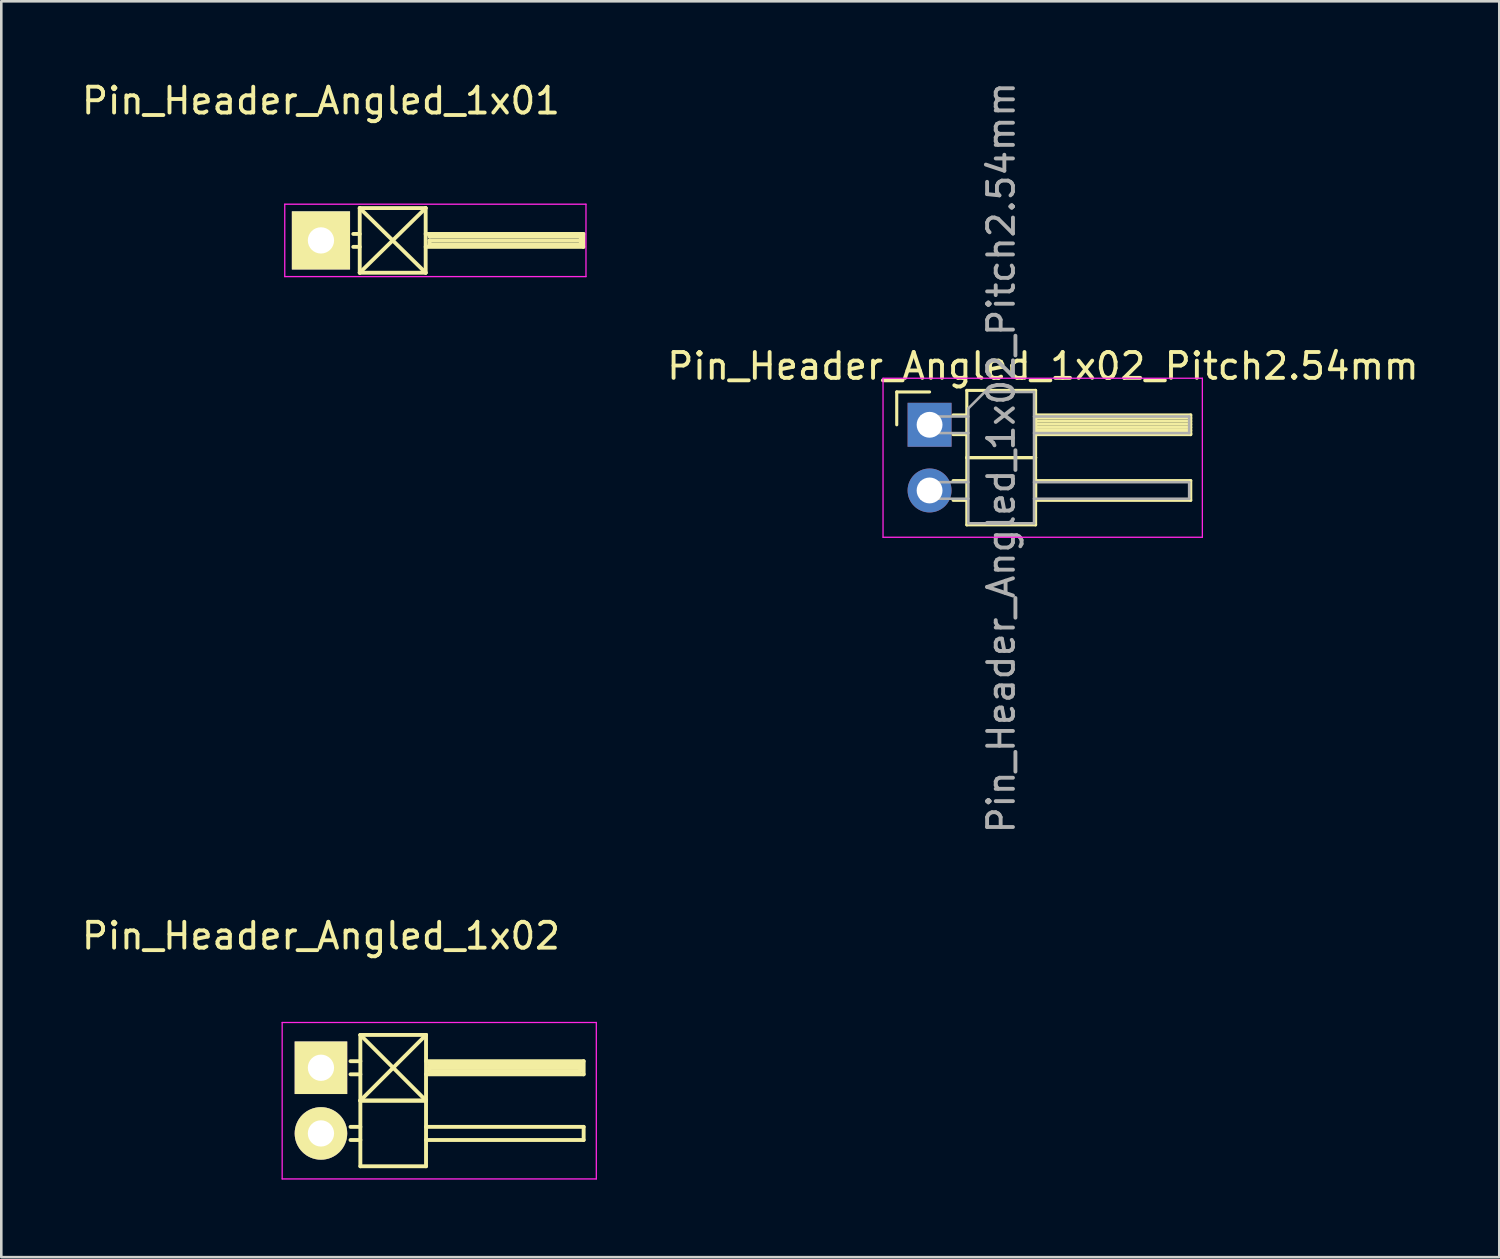
<source format=kicad_pcb>
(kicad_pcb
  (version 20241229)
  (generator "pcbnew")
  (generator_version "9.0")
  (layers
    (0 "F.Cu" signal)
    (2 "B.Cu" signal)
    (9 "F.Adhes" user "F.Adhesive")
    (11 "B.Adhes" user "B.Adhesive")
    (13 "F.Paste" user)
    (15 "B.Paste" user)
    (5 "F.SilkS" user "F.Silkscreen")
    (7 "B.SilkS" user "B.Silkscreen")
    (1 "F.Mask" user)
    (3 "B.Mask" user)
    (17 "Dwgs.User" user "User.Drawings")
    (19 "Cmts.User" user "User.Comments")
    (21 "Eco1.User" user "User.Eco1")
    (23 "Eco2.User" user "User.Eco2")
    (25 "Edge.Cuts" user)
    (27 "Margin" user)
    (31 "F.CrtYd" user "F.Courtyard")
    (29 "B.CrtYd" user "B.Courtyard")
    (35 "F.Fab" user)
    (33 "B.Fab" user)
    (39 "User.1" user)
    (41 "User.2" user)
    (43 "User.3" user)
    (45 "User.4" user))
  (footprint "Pin_Header_Angled_1x02"
    (layer "F.Cu")
    (at 9.363 38.246)
    (property "Reference" "Pin_Header_Angled_1x02" (at 0 -5.1 0) (layer "F.SilkS") (effects (font (size 1 1) (thickness 0.15))))
    (attr through_hole)
    (fp_line (start 1.524 -1.27) (end 1.524 1.27) (stroke (width 0.15) (type solid)) (layer "F.SilkS"))
    (fp_line (start 1.524 -1.27) (end 4.064 -1.27) (stroke (width 0.15) (type solid)) (layer "F.SilkS"))
    (fp_line (start 1.524 -0.254) (end 1.143 -0.254) (stroke (width 0.15) (type solid)) (layer "F.SilkS"))
    (fp_line (start 1.524 0.254) (end 1.143 0.254) (stroke (width 0.15) (type solid)) (layer "F.SilkS"))
    (fp_line (start 1.524 1.27) (end 1.524 3.81) (stroke (width 0.15) (type solid)) (layer "F.SilkS"))
    (fp_line (start 1.524 1.27) (end 4.064 1.27) (stroke (width 0.15) (type solid)) (layer "F.SilkS"))
    (fp_line (start 1.524 1.27) (end 4.064 1.27) (stroke (width 0.15) (type solid)) (layer "F.SilkS"))
    (fp_line (start 1.524 2.286) (end 1.143 2.286) (stroke (width 0.15) (type solid)) (layer "F.SilkS"))
    (fp_line (start 1.524 2.794) (end 1.143 2.794) (stroke (width 0.15) (type solid)) (layer "F.SilkS"))
    (fp_line (start 1.524 3.81) (end 4.064 3.81) (stroke (width 0.15) (type solid)) (layer "F.SilkS"))
    (fp_line (start 4.064 -1.27) (end 1.524 1.27) (stroke (width 0.15) (type solid)) (layer "F.SilkS"))
    (fp_line (start 4.064 -0.254) (end 10.16 -0.254) (stroke (width 0.15) (type solid)) (layer "F.SilkS"))
    (fp_line (start 4.064 1.27) (end 1.524 -1.27) (stroke (width 0.15) (type solid)) (layer "F.SilkS"))
    (fp_line (start 4.064 1.27) (end 4.064 -1.27) (stroke (width 0.15) (type solid)) (layer "F.SilkS"))
    (fp_line (start 4.064 2.286) (end 10.16 2.286) (stroke (width 0.15) (type solid)) (layer "F.SilkS"))
    (fp_line (start 4.064 3.81) (end 4.064 1.27) (stroke (width 0.15) (type solid)) (layer "F.SilkS"))
    (fp_line (start 4.191 -0.127) (end 10.033 -0.127) (stroke (width 0.15) (type solid)) (layer "F.SilkS"))
    (fp_line (start 4.191 0) (end 10.033 0) (stroke (width 0.15) (type solid)) (layer "F.SilkS"))
    (fp_line (start 4.191 0.127) (end 4.191 0) (stroke (width 0.15) (type solid)) (layer "F.SilkS"))
    (fp_line (start 10.033 -0.127) (end 10.033 0.127) (stroke (width 0.15) (type solid)) (layer "F.SilkS"))
    (fp_line (start 10.033 0.127) (end 4.191 0.127) (stroke (width 0.15) (type solid)) (layer "F.SilkS"))
    (fp_line (start 10.16 -0.254) (end 10.16 0.254) (stroke (width 0.15) (type solid)) (layer "F.SilkS"))
    (fp_line (start 10.16 0.254) (end 4.064 0.254) (stroke (width 0.15) (type solid)) (layer "F.SilkS"))
    (fp_line (start 10.16 2.286) (end 10.16 2.794) (stroke (width 0.15) (type solid)) (layer "F.SilkS"))
    (fp_line (start 10.16 2.794) (end 4.064 2.794) (stroke (width 0.15) (type solid)) (layer "F.SilkS"))
    (fp_line (start -1.5 -1.75) (end -1.5 4.3) (stroke (width 0.05) (type solid)) (layer "F.CrtYd"))
    (fp_line (start -1.5 -1.75) (end 10.65 -1.75) (stroke (width 0.05) (type solid)) (layer "F.CrtYd"))
    (fp_line (start -1.5 4.3) (end 10.65 4.3) (stroke (width 0.05) (type solid)) (layer "F.CrtYd"))
    (fp_line (start 10.65 -1.75) (end 10.65 4.3) (stroke (width 0.05) (type solid)) (layer "F.CrtYd"))
    (pad "1" thru_hole rect (at 0 0) (size 2.032 2.032) (drill 1.016) (layers "*.Cu" "*.Mask" "F.SilkS"))
    (pad "2" thru_hole oval (at 0 2.54) (size 2.032 2.032) (drill 1.016) (layers "*.Cu" "*.Mask" "F.SilkS")))
  (footprint "Pin_Header_Angled_1x01"
    (layer "F.Cu")
    (at 9.363 6.248)
    (property "Reference" "Pin_Header_Angled_1x01" (at 0 -5.4 0) (layer "F.SilkS") (effects (font (size 1 1) (thickness 0.15))))
    (attr through_hole)
    (fp_line (start 1.5 -1.25) (end 1.5 1.25) (stroke (width 0.15) (type solid)) (layer "F.SilkS"))
    (fp_line (start 1.5 -1.25) (end 4.05 -1.25) (stroke (width 0.15) (type solid)) (layer "F.SilkS"))
    (fp_line (start 1.5 -0.25) (end 1.25 -0.25) (stroke (width 0.15) (type solid)) (layer "F.SilkS"))
    (fp_line (start 1.5 0.25) (end 1.25 0.25) (stroke (width 0.15) (type solid)) (layer "F.SilkS"))
    (fp_line (start 1.5 1.25) (end 4.05 1.25) (stroke (width 0.15) (type solid)) (layer "F.SilkS"))
    (fp_line (start 4.05 -1.25) (end 1.5 1.25) (stroke (width 0.15) (type solid)) (layer "F.SilkS"))
    (fp_line (start 4.05 -0.25) (end 10.15 -0.25) (stroke (width 0.15) (type solid)) (layer "F.SilkS"))
    (fp_line (start 4.05 1.25) (end 1.5 -1.25) (stroke (width 0.15) (type solid)) (layer "F.SilkS"))
    (fp_line (start 4.05 1.25) (end 4.05 -1.25) (stroke (width 0.15) (type solid)) (layer "F.SilkS"))
    (fp_line (start 4.2 -0.15) (end 10.05 -0.15) (stroke (width 0.15) (type solid)) (layer "F.SilkS"))
    (fp_line (start 4.2 0) (end 10.05 0) (stroke (width 0.15) (type solid)) (layer "F.SilkS"))
    (fp_line (start 4.2 0.15) (end 4.2 0) (stroke (width 0.15) (type solid)) (layer "F.SilkS"))
    (fp_line (start 10.05 -0.15) (end 10.05 0.15) (stroke (width 0.15) (type solid)) (layer "F.SilkS"))
    (fp_line (start 10.05 0.15) (end 4.2 0.15) (stroke (width 0.15) (type solid)) (layer "F.SilkS"))
    (fp_line (start 10.15 -0.25) (end 10.15 0.25) (stroke (width 0.15) (type solid)) (layer "F.SilkS"))
    (fp_line (start 10.15 0.25) (end 4.05 0.25) (stroke (width 0.15) (type solid)) (layer "F.SilkS"))
    (fp_line (start -1.4 -1.4) (end -1.4 1.4) (stroke (width 0.05) (type solid)) (layer "F.CrtYd"))
    (fp_line (start -1.4 -1.4) (end 10.25 -1.4) (stroke (width 0.05) (type solid)) (layer "F.CrtYd"))
    (fp_line (start -1.4 1.4) (end 10.25 1.4) (stroke (width 0.05) (type solid)) (layer "F.CrtYd"))
    (fp_line (start 10.25 -1.4) (end 10.25 1.4) (stroke (width 0.05) (type solid)) (layer "F.CrtYd"))
    (pad "1" thru_hole rect (at 0 0) (size 2.25 2.25) (drill 1.016) (layers "*.Cu" "*.Mask" "F.SilkS")))
  (footprint "Pin_Header_Angled_1x02_Pitch2.54mm"
    (layer "F.Cu")
    (at 32.902 13.379)
    (property "Reference" "Pin_Header_Angled_1x02_Pitch2.54mm" (at 4.385 -2.27 0) (layer "F.SilkS") (effects (font (size 1 1) (thickness 0.15))))
    (attr through_hole)
    (fp_line (start -1.27 -1.27) (end 0 -1.27) (stroke (width 0.12) (type solid)) (layer "F.SilkS"))
    (fp_line (start -1.27 0) (end -1.27 -1.27) (stroke (width 0.12) (type solid)) (layer "F.SilkS"))
    (fp_line (start 0.91 -0.38) (end 1.44 -0.38) (stroke (width 0.12) (type solid)) (layer "F.SilkS"))
    (fp_line (start 0.91 0.38) (end 1.44 0.38) (stroke (width 0.12) (type solid)) (layer "F.SilkS"))
    (fp_line (start 0.91 2.16) (end 1.44 2.16) (stroke (width 0.12) (type solid)) (layer "F.SilkS"))
    (fp_line (start 0.91 2.92) (end 1.44 2.92) (stroke (width 0.12) (type solid)) (layer "F.SilkS"))
    (fp_line (start 1.44 -1.33) (end 1.44 1.27) (stroke (width 0.12) (type solid)) (layer "F.SilkS"))
    (fp_line (start 1.44 1.27) (end 1.44 3.87) (stroke (width 0.12) (type solid)) (layer "F.SilkS"))
    (fp_line (start 1.44 1.27) (end 4.1 1.27) (stroke (width 0.12) (type solid)) (layer "F.SilkS"))
    (fp_line (start 1.44 3.87) (end 4.1 3.87) (stroke (width 0.12) (type solid)) (layer "F.SilkS"))
    (fp_line (start 4.1 -1.33) (end 1.44 -1.33) (stroke (width 0.12) (type solid)) (layer "F.SilkS"))
    (fp_line (start 4.1 -0.38) (end 4.1 0.38) (stroke (width 0.12) (type solid)) (layer "F.SilkS"))
    (fp_line (start 4.1 -0.26) (end 10.1 -0.26) (stroke (width 0.12) (type solid)) (layer "F.SilkS"))
    (fp_line (start 4.1 -0.14) (end 10.1 -0.14) (stroke (width 0.12) (type solid)) (layer "F.SilkS"))
    (fp_line (start 4.1 -0.02) (end 10.1 -0.02) (stroke (width 0.12) (type solid)) (layer "F.SilkS"))
    (fp_line (start 4.1 0.1) (end 10.1 0.1) (stroke (width 0.12) (type solid)) (layer "F.SilkS"))
    (fp_line (start 4.1 0.22) (end 10.1 0.22) (stroke (width 0.12) (type solid)) (layer "F.SilkS"))
    (fp_line (start 4.1 0.34) (end 10.1 0.34) (stroke (width 0.12) (type solid)) (layer "F.SilkS"))
    (fp_line (start 4.1 0.38) (end 10.1 0.38) (stroke (width 0.12) (type solid)) (layer "F.SilkS"))
    (fp_line (start 4.1 1.27) (end 1.44 1.27) (stroke (width 0.12) (type solid)) (layer "F.SilkS"))
    (fp_line (start 4.1 1.27) (end 4.1 -1.33) (stroke (width 0.12) (type solid)) (layer "F.SilkS"))
    (fp_line (start 4.1 2.16) (end 4.1 2.92) (stroke (width 0.12) (type solid)) (layer "F.SilkS"))
    (fp_line (start 4.1 2.92) (end 10.1 2.92) (stroke (width 0.12) (type solid)) (layer "F.SilkS"))
    (fp_line (start 4.1 3.87) (end 4.1 1.27) (stroke (width 0.12) (type solid)) (layer "F.SilkS"))
    (fp_line (start 10.1 -0.38) (end 4.1 -0.38) (stroke (width 0.12) (type solid)) (layer "F.SilkS"))
    (fp_line (start 10.1 0.38) (end 10.1 -0.38) (stroke (width 0.12) (type solid)) (layer "F.SilkS"))
    (fp_line (start 10.1 2.16) (end 4.1 2.16) (stroke (width 0.12) (type solid)) (layer "F.SilkS"))
    (fp_line (start 10.1 2.92) (end 10.1 2.16) (stroke (width 0.12) (type solid)) (layer "F.SilkS"))
    (fp_line (start -1.8 -1.8) (end -1.8 4.35) (stroke (width 0.05) (type solid)) (layer "F.CrtYd"))
    (fp_line (start -1.8 4.35) (end 10.55 4.35) (stroke (width 0.05) (type solid)) (layer "F.CrtYd"))
    (fp_line (start 10.55 -1.8) (end -1.8 -1.8) (stroke (width 0.05) (type solid)) (layer "F.CrtYd"))
    (fp_line (start 10.55 4.35) (end 10.55 -1.8) (stroke (width 0.05) (type solid)) (layer "F.CrtYd"))
    (fp_line (start -0.32 -0.32) (end -0.32 0.32) (stroke (width 0.1) (type solid)) (layer "F.Fab"))
    (fp_line (start -0.32 -0.32) (end 1.5 -0.32) (stroke (width 0.1) (type solid)) (layer "F.Fab"))
    (fp_line (start -0.32 0.32) (end 1.5 0.32) (stroke (width 0.1) (type solid)) (layer "F.Fab"))
    (fp_line (start -0.32 2.22) (end -0.32 2.86) (stroke (width 0.1) (type solid)) (layer "F.Fab"))
    (fp_line (start -0.32 2.22) (end 1.5 2.22) (stroke (width 0.1) (type solid)) (layer "F.Fab"))
    (fp_line (start -0.32 2.86) (end 1.5 2.86) (stroke (width 0.1) (type solid)) (layer "F.Fab"))
    (fp_line (start 1.5 -0.635) (end 2.135 -1.27) (stroke (width 0.1) (type solid)) (layer "F.Fab"))
    (fp_line (start 1.5 3.81) (end 1.5 -0.635) (stroke (width 0.1) (type solid)) (layer "F.Fab"))
    (fp_line (start 2.135 -1.27) (end 4.04 -1.27) (stroke (width 0.1) (type solid)) (layer "F.Fab"))
    (fp_line (start 4.04 -1.27) (end 4.04 3.81) (stroke (width 0.1) (type solid)) (layer "F.Fab"))
    (fp_line (start 4.04 -0.32) (end 10.04 -0.32) (stroke (width 0.1) (type solid)) (layer "F.Fab"))
    (fp_line (start 4.04 0.32) (end 10.04 0.32) (stroke (width 0.1) (type solid)) (layer "F.Fab"))
    (fp_line (start 4.04 2.22) (end 10.04 2.22) (stroke (width 0.1) (type solid)) (layer "F.Fab"))
    (fp_line (start 4.04 2.86) (end 10.04 2.86) (stroke (width 0.1) (type solid)) (layer "F.Fab"))
    (fp_line (start 4.04 3.81) (end 1.5 3.81) (stroke (width 0.1) (type solid)) (layer "F.Fab"))
    (fp_line (start 10.04 -0.32) (end 10.04 0.32) (stroke (width 0.1) (type solid)) (layer "F.Fab"))
    (fp_line (start 10.04 2.22) (end 10.04 2.86) (stroke (width 0.1) (type solid)) (layer "F.Fab"))
    (fp_text user "${REFERENCE}" (at 2.77 1.27 90) (layer "F.Fab") (effects (font (size 1 1) (thickness 0.15))))
    (pad "1" thru_hole rect (at 0 0) (size 1.7 1.7) (drill 1) (layers "*.Cu" "*.Mask"))
    (pad "2" thru_hole oval (at 0 2.54) (size 1.7 1.7) (drill 1) (layers "*.Cu" "*.Mask")))
  (gr_rect
    (start -3 -3)
    (end 54.936 45.571)
    (stroke (width 0.1) (type default))
    (fill no)
    (layer "Edge.Cuts")))
</source>
